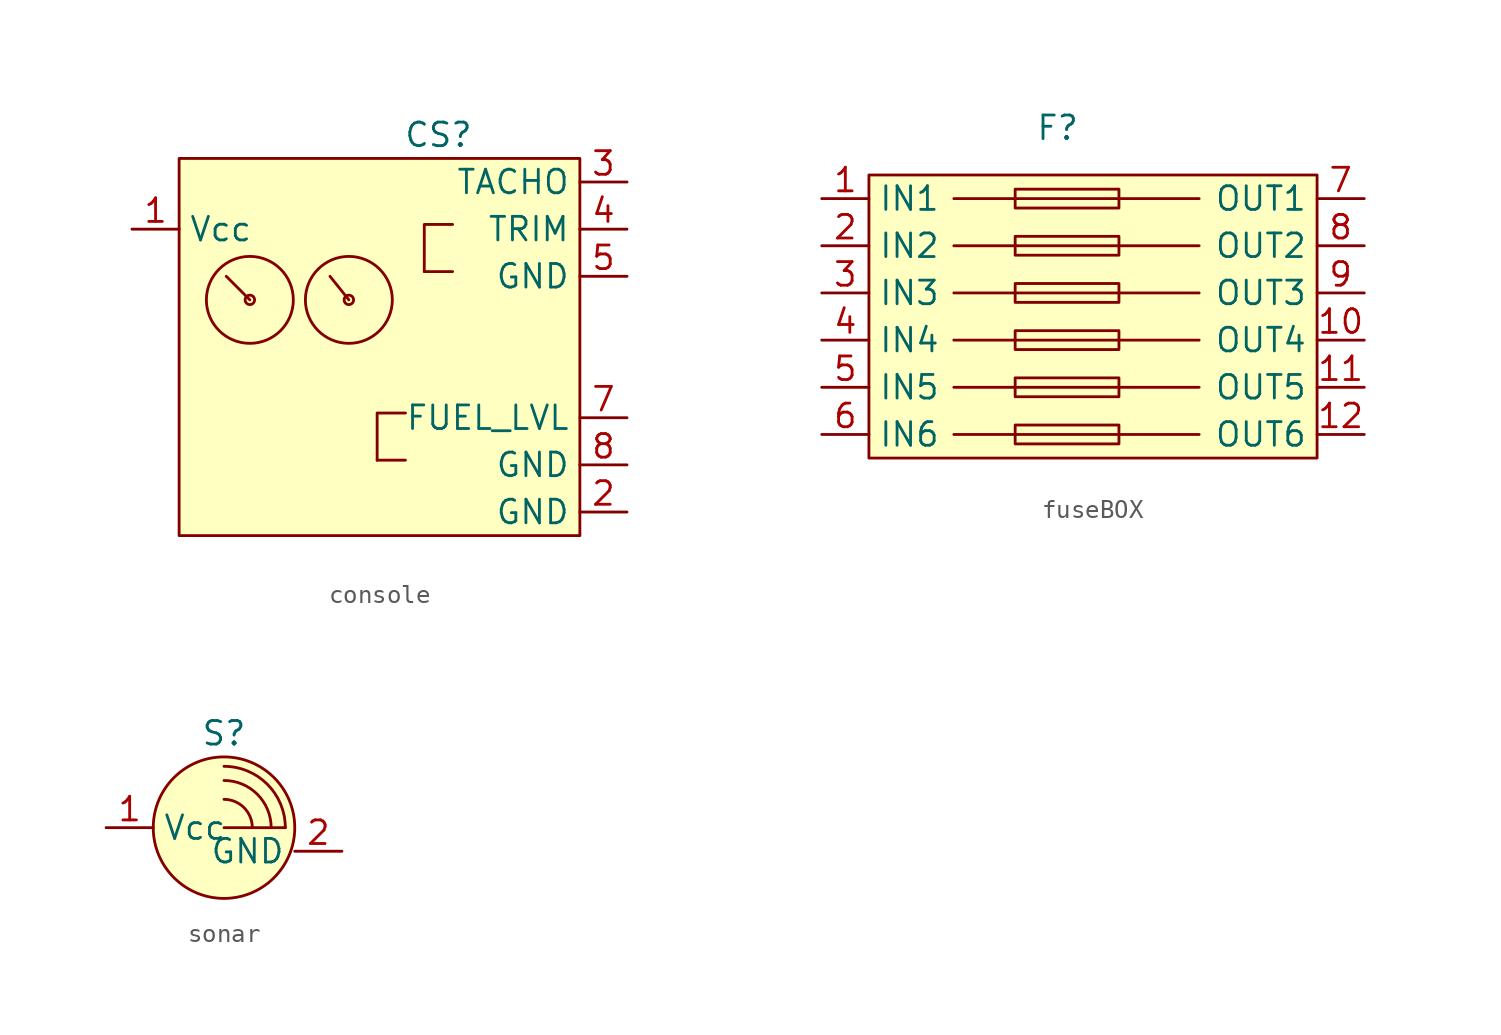
<source format=kicad_sym>
(kicad_symbol_lib
  (version 20220914)
  (generator kicad_symbol_editor)
  (symbol "console"
    (property "Reference" "CS"
      (at 0 7.62 0)
      (effects (font (size 1.27 1.27))))
    (property "Value" ""
      (at 0 4.572 0)
      (effects (font (size 1.27 1.27))))
    (symbol "console_0_1"
      (rectangle (start -13.97 6.35) (end 7.62 -13.97) (stroke (width 0) (type default)) (fill (type background)))
      (circle (center -10.16 -1.27) (radius 0.254) (stroke (width 0) (type default)) (fill (type none)))
      (circle (center -10.16 -1.27) (radius 2.342) (stroke (width 0) (type default)) (fill (type none)))
      (circle (center -4.826 -1.27) (radius 0.254) (stroke (width 0) (type default)) (fill (type none)))
      (circle (center -4.826 -1.27) (radius 2.342) (stroke (width 0) (type default)) (fill (type none)))
      (polyline (pts (xy -10.16 -1.27) (xy -11.43 0)) (stroke (width 0) (type default)) (fill (type none)))
      (polyline (pts (xy -4.826 -1.27) (xy -5.842 0)) (stroke (width 0) (type default)) (fill (type none)))
      (polyline (pts (xy -3.302 -9.906) (xy -1.778 -9.906)) (stroke (width 0) (type default)) (fill (type none)))
      (polyline (pts (xy -0.762 0.254) (xy 0.762 0.254)) (stroke (width 0) (type default)) (fill (type none)))
      (polyline (pts (xy -3.302 -9.906) (xy -3.302 -7.366) (xy -1.778 -7.366)) (stroke (width 0) (type default)) (fill (type none)))
      (polyline (pts (xy -0.762 0.254) (xy -0.762 2.794) (xy 0.762 2.794)) (stroke (width 0) (type default)) (fill (type none))))
    (symbol "console_1_1"
      (pin input line (at -16.51 2.54 0) (length 2.54) (name "Vcc" (effects (font (size 1.27 1.27)))) (number "1" (effects (font (size 1.27 1.27)))))
      (pin input line (at 10.16 -12.7 180) (length 2.54) (name "GND" (effects (font (size 1.27 1.27)))) (number "2" (effects (font (size 1.27 1.27)))))
      (pin input line (at 10.16 5.08 180) (length 2.54) (name "TACHO" (effects (font (size 1.27 1.27)))) (number "3" (effects (font (size 1.27 1.27)))))
      (pin input line (at 10.16 2.54 180) (length 2.54) (name "TRIM" (effects (font (size 1.27 1.27)))) (number "4" (effects (font (size 1.27 1.27)))))
      (pin input line (at 10.16 0 180) (length 2.54) (name "GND" (effects (font (size 1.27 1.27)))) (number "5" (effects (font (size 1.27 1.27)))))
      (pin input line (at 10.16 -7.62 180) (length 2.54) (name "FUEL_LVL" (effects (font (size 1.27 1.27)))) (number "7" (effects (font (size 1.27 1.27)))))
      (pin input line (at 10.16 -10.16 180) (length 2.54) (name "GND" (effects (font (size 1.27 1.27)))) (number "8" (effects (font (size 1.27 1.27)))))))
  (symbol "fuseBOX"
    (property "Reference" "F"
      (at -1.27 10.16 0)
      (effects (font (size 1.27 1.27))))
    (property "Value" ""
      (at -10.16 2.54 0)
      (effects (font (size 1.27 1.27))))
    (symbol "fuseBOX_0_1"
      (rectangle (start -11.43 7.62) (end 12.7 -7.62) (stroke (width 0) (type default)) (fill (type background)))
      (rectangle (start -3.556 -5.842) (end 2.032 -6.858) (stroke (width 0) (type default)) (fill (type none)))
      (rectangle (start -3.556 -3.302) (end 2.032 -4.318) (stroke (width 0) (type default)) (fill (type none)))
      (rectangle (start -3.556 -0.762) (end 2.032 -1.778) (stroke (width 0) (type default)) (fill (type none)))
      (rectangle (start -3.556 1.778) (end 2.032 0.762) (stroke (width 0) (type default)) (fill (type none)))
      (rectangle (start -3.556 4.318) (end 2.032 3.302) (stroke (width 0) (type default)) (fill (type none)))
      (rectangle (start -3.556 6.858) (end 2.032 5.842) (stroke (width 0) (type default)) (fill (type none)))
      (polyline (pts (xy -6.858 -6.35) (xy 6.35 -6.35)) (stroke (width 0) (type default)) (fill (type none)))
      (polyline (pts (xy -6.858 -3.81) (xy 6.35 -3.81)) (stroke (width 0) (type default)) (fill (type none)))
      (polyline (pts (xy -6.858 -1.27) (xy 6.35 -1.27)) (stroke (width 0) (type default)) (fill (type none)))
      (polyline (pts (xy -6.858 1.27) (xy 6.35 1.27)) (stroke (width 0) (type default)) (fill (type none)))
      (polyline (pts (xy -6.858 3.81) (xy 6.35 3.81)) (stroke (width 0) (type default)) (fill (type none)))
      (polyline (pts (xy -6.858 6.35) (xy 6.35 6.35)) (stroke (width 0) (type default)) (fill (type none))))
    (symbol "fuseBOX_1_1"
      (pin input line (at -13.97 6.35 0) (length 2.54) (name "IN1" (effects (font (size 1.27 1.27)))) (number "1" (effects (font (size 1.27 1.27)))))
      (pin input line (at 15.24 -1.27 180) (length 2.54) (name "OUT4" (effects (font (size 1.27 1.27)))) (number "10" (effects (font (size 1.27 1.27)))))
      (pin input line (at 15.24 -3.81 180) (length 2.54) (name "OUT5" (effects (font (size 1.27 1.27)))) (number "11" (effects (font (size 1.27 1.27)))))
      (pin input line (at 15.24 -6.35 180) (length 2.54) (name "OUT6" (effects (font (size 1.27 1.27)))) (number "12" (effects (font (size 1.27 1.27)))))
      (pin input line (at -13.97 3.81 0) (length 2.54) (name "IN2" (effects (font (size 1.27 1.27)))) (number "2" (effects (font (size 1.27 1.27)))))
      (pin input line (at -13.97 1.27 0) (length 2.54) (name "IN3" (effects (font (size 1.27 1.27)))) (number "3" (effects (font (size 1.27 1.27)))))
      (pin input line (at -13.97 -1.27 0) (length 2.54) (name "IN4" (effects (font (size 1.27 1.27)))) (number "4" (effects (font (size 1.27 1.27)))))
      (pin input line (at -13.97 -3.81 0) (length 2.54) (name "IN5" (effects (font (size 1.27 1.27)))) (number "5" (effects (font (size 1.27 1.27)))))
      (pin input line (at -13.97 -6.35 0) (length 2.54) (name "IN6" (effects (font (size 1.27 1.27)))) (number "6" (effects (font (size 1.27 1.27)))))
      (pin input line (at 15.24 6.35 180) (length 2.54) (name "OUT1" (effects (font (size 1.27 1.27)))) (number "7" (effects (font (size 1.27 1.27)))))
      (pin input line (at 15.24 3.81 180) (length 2.54) (name "OUT2" (effects (font (size 1.27 1.27)))) (number "8" (effects (font (size 1.27 1.27)))))
      (pin input line (at 15.24 1.27 180) (length 2.54) (name "OUT3" (effects (font (size 1.27 1.27)))) (number "9" (effects (font (size 1.27 1.27)))))))
  (symbol "sonar"
    (property "Reference" "S"
      (at 0 5.08 0)
      (effects (font (size 1.27 1.27))))
    (property "Value" ""
      (at 0 5.08 0)
      (effects (font (size 1.27 1.27))))
    (symbol "sonar_0_1"
      (polyline (pts (xy 0 0) (xy 3.302 0)) (stroke (width 0) (type default)) (fill (type none)))
      (circle (center 0 0) (radius 3.81) (stroke (width 0) (type default)) (fill (type background)))
      (arc (start 1.524 0) (mid 1.0776 1.0776) (end 0 1.524) (stroke (width 0) (type default)) (fill (type none)))
      (arc (start 2.54 0) (mid 1.7961 1.7961) (end 0 2.54) (stroke (width 0) (type default)) (fill (type none)))
      (arc (start 3.302 0) (mid 2.3349 2.3349) (end 0 3.302) (stroke (width 0) (type default)) (fill (type none))))
    (symbol "sonar_1_1"
      (pin input line (at -6.35 0 0) (length 2.54) (name "Vcc" (effects (font (size 1.27 1.27)))) (number "1" (effects (font (size 1.27 1.27)))))
      (pin input line (at 6.35 -1.27 180) (length 2.54) (name "GND" (effects (font (size 1.27 1.27)))) (number "2" (effects (font (size 1.27 1.27))))))))
</source>
